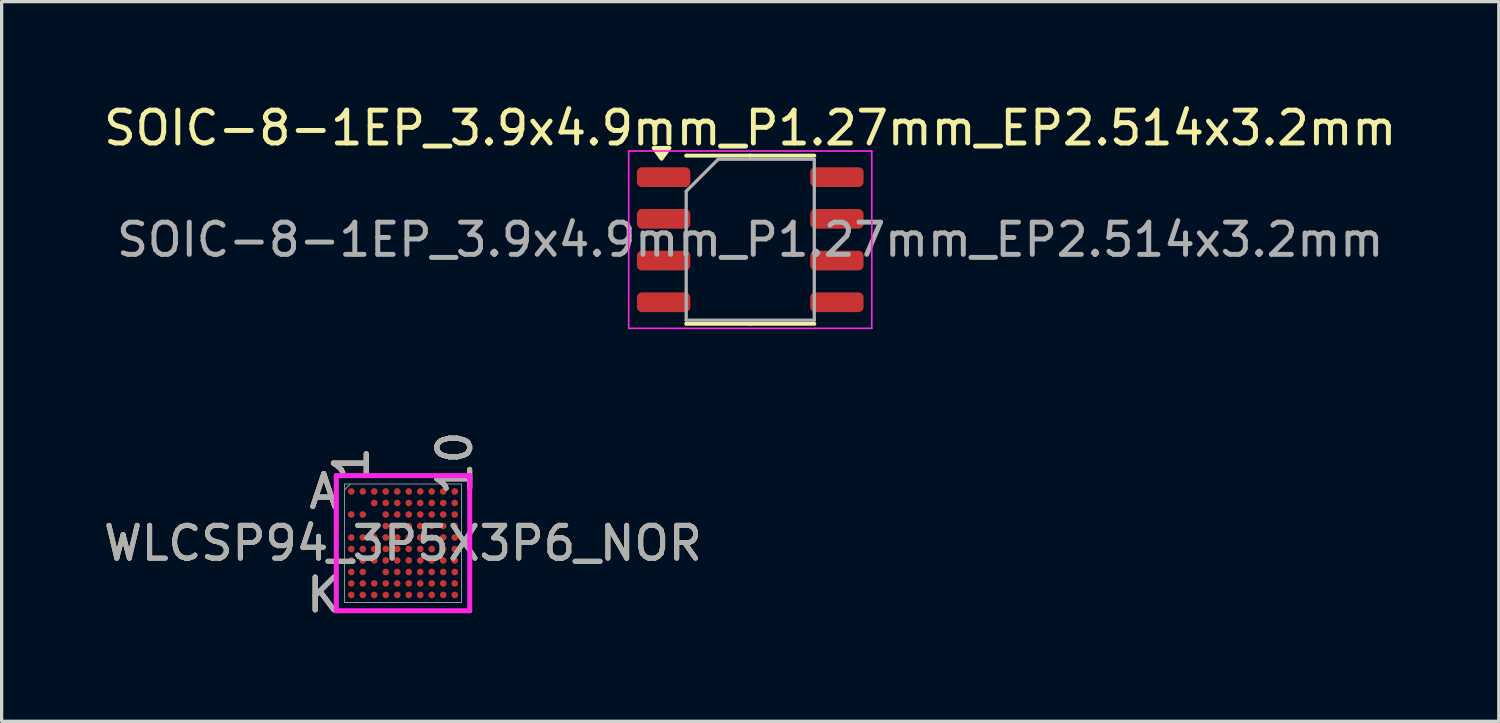
<source format=kicad_pcb>
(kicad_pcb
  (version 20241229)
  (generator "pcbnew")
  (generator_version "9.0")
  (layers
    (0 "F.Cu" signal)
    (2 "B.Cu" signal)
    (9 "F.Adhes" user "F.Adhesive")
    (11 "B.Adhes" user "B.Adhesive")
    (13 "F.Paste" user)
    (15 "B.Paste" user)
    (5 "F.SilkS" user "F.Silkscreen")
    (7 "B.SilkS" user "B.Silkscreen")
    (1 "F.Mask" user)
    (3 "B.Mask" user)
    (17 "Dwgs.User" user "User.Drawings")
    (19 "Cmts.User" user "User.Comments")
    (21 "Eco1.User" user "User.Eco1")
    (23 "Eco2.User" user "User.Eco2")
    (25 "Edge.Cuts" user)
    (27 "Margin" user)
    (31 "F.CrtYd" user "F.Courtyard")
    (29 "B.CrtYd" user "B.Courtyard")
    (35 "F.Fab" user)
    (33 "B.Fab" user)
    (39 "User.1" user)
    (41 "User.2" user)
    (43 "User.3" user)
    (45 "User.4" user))
  (footprint "SOIC-8-1EP_3.9x4.9mm_P1.27mm_EP2.514x3.2mm"
    (layer "F.Cu")
    (at 19.792 4.248)
    (property "Reference" "SOIC-8-1EP_3.9x4.9mm_P1.27mm_EP2.514x3.2mm" (at 0 -3.4 0) (layer "F.SilkS") (effects (font (size 1 1) (thickness 0.15))))
    (attr smd)
    (fp_line (start 0 -2.56) (end -1.95 -2.56) (stroke (width 0.12) (type solid)) (layer "F.SilkS"))
    (fp_line (start 0 -2.56) (end 1.95 -2.56) (stroke (width 0.12) (type solid)) (layer "F.SilkS"))
    (fp_line (start 0 2.56) (end -1.95 2.56) (stroke (width 0.12) (type solid)) (layer "F.SilkS"))
    (fp_line (start 0 2.56) (end 1.95 2.56) (stroke (width 0.12) (type solid)) (layer "F.SilkS"))
    (fp_poly (pts (xy -2.7 -2.465) (xy -2.94 -2.795) (xy -2.46 -2.795) (xy -2.7 -2.465)) (stroke (width 0.12) (type solid)) (fill yes) (layer "F.SilkS"))
    (fp_line (start -3.7 -2.7) (end -3.7 2.7) (stroke (width 0.05) (type solid)) (layer "F.CrtYd"))
    (fp_line (start -3.7 2.7) (end 3.7 2.7) (stroke (width 0.05) (type solid)) (layer "F.CrtYd"))
    (fp_line (start 3.7 -2.7) (end -3.7 -2.7) (stroke (width 0.05) (type solid)) (layer "F.CrtYd"))
    (fp_line (start 3.7 2.7) (end 3.7 -2.7) (stroke (width 0.05) (type solid)) (layer "F.CrtYd"))
    (fp_line (start -1.95 -1.475) (end -0.975 -2.45) (stroke (width 0.1) (type solid)) (layer "F.Fab"))
    (fp_line (start -1.95 2.45) (end -1.95 -1.475) (stroke (width 0.1) (type solid)) (layer "F.Fab"))
    (fp_line (start -0.975 -2.45) (end 1.95 -2.45) (stroke (width 0.1) (type solid)) (layer "F.Fab"))
    (fp_line (start 1.95 -2.45) (end 1.95 2.45) (stroke (width 0.1) (type solid)) (layer "F.Fab"))
    (fp_line (start 1.95 2.45) (end -1.95 2.45) (stroke (width 0.1) (type solid)) (layer "F.Fab"))
    (fp_text user "${REFERENCE}" (at 0 0 0) (layer "F.Fab") (effects (font (size 0.98 0.98) (thickness 0.15))))
    (pad "1" smd roundrect (at -2.638 -1.905) (size 1.625 0.6) (layers "F.Cu" "F.Mask" "F.Paste") (roundrect_rratio 0.25))
    (pad "2" smd roundrect (at -2.638 -0.635) (size 1.625 0.6) (layers "F.Cu" "F.Mask" "F.Paste") (roundrect_rratio 0.25))
    (pad "3" smd roundrect (at -2.638 0.635) (size 1.625 0.6) (layers "F.Cu" "F.Mask" "F.Paste") (roundrect_rratio 0.25))
    (pad "4" smd roundrect (at -2.638 1.905) (size 1.625 0.6) (layers "F.Cu" "F.Mask" "F.Paste") (roundrect_rratio 0.25))
    (pad "5" smd roundrect (at 2.638 1.905) (size 1.625 0.6) (layers "F.Cu" "F.Mask" "F.Paste") (roundrect_rratio 0.25))
    (pad "6" smd roundrect (at 2.638 0.635) (size 1.625 0.6) (layers "F.Cu" "F.Mask" "F.Paste") (roundrect_rratio 0.25))
    (pad "7" smd roundrect (at 2.638 -0.635) (size 1.625 0.6) (layers "F.Cu" "F.Mask" "F.Paste") (roundrect_rratio 0.25))
    (pad "8" smd roundrect (at 2.638 -1.905) (size 1.625 0.6) (layers "F.Cu" "F.Mask" "F.Paste") (roundrect_rratio 0.25)))
  (footprint "WLCSP94_3P5X3P6_NOR"
    (layer "F.Cu")
    (at 9.22 13.489)
    (property "Reference" "WLCSP94_3P5X3P6_NOR" (at 0 0 0) (unlocked yes) (layer "F.SilkS") (effects (font (size 1 1) (thickness 0.15))))
    (attr smd)
    (fp_poly (pts (xy -2.195 -2.195) (xy 2.195 -2.195) (xy 2.195 2.195) (xy -2.195 2.195)) (stroke (width 0.1) (type solid)) (fill no) (layer "Eco2.User"))
    (fp_line (start -2.032 -2.057) (end 2.032 -2.057) (stroke (width 0.152) (type solid)) (layer "F.CrtYd"))
    (fp_line (start -2.032 2.057) (end -2.032 -2.057) (stroke (width 0.152) (type solid)) (layer "F.CrtYd"))
    (fp_line (start 2.032 -2.057) (end 2.032 2.057) (stroke (width 0.152) (type solid)) (layer "F.CrtYd"))
    (fp_line (start 2.032 2.057) (end -2.032 2.057) (stroke (width 0.152) (type solid)) (layer "F.CrtYd"))
    (fp_line (start -1.778 -1.803) (end -1.778 1.803) (stroke (width 0.025) (type solid)) (layer "F.Fab"))
    (fp_line (start -1.778 1.803) (end 1.778 1.803) (stroke (width 0.025) (type solid)) (layer "F.Fab"))
    (fp_line (start -1.603 -1.803) (end -1.778 -1.628) (stroke (width 0.025) (type solid)) (layer "F.Fab"))
    (fp_line (start 1.778 -1.803) (end -1.778 -1.803) (stroke (width 0.025) (type solid)) (layer "F.Fab"))
    (fp_line (start 1.778 1.803) (end 1.778 -1.803) (stroke (width 0.025) (type solid)) (layer "F.Fab"))
    (fp_text user "A" (at -2.413 -1.575 0) (unlocked yes) (layer "F.SilkS") (effects (font (size 1 1) (thickness 0.15))))
    (fp_text user "1" (at -1.575 -2.438 90) (unlocked yes) (layer "F.SilkS") (effects (font (size 1 1) (thickness 0.15))))
    (fp_text user "10" (at 1.575 -2.438 90) (unlocked yes) (layer "F.SilkS") (effects (font (size 1 1) (thickness 0.15))))
    (fp_text user "K" (at -2.413 1.575 0) (unlocked yes) (layer "F.SilkS") (effects (font (size 1 1) (thickness 0.15))))
    (fp_text user "A" (at -2.413 -1.575 0) (unlocked yes) (layer "B.SilkS") (effects (font (size 1 1) (thickness 0.15))))
    (fp_text user "K" (at -2.413 1.575 0) (unlocked yes) (layer "B.SilkS") (effects (font (size 1 1) (thickness 0.15))))
    (fp_text user "10" (at 1.575 -2.438 90) (unlocked yes) (layer "B.SilkS") (effects (font (size 1 1) (thickness 0.15))))
    (fp_text user "1" (at -1.575 -2.438 90) (unlocked yes) (layer "B.SilkS") (effects (font (size 1 1) (thickness 0.15))))
    (fp_text user "${REFERENCE}" (at 0 0 0) (unlocked yes) (layer "F.Fab") (effects (font (size 1 1) (thickness 0.15))))
    (fp_text user "K" (at -2.413 1.575 0) (unlocked yes) (layer "F.Fab") (effects (font (size 1 1) (thickness 0.15))))
    (fp_text user "10" (at 1.575 -2.438 90) (unlocked yes) (layer "F.Fab") (effects (font (size 1 1) (thickness 0.15))))
    (fp_text user "A" (at -2.413 -1.575 0) (unlocked yes) (layer "F.Fab") (effects (font (size 1 1) (thickness 0.15))))
    (fp_text user "1" (at -1.575 -2.438 90) (unlocked yes) (layer "F.Fab") (effects (font (size 1 1) (thickness 0.15))))
    (pad "A1" smd circle (at -1.575 -1.575) (size 0.203 0.203) (layers "F.Cu" "F.Mask" "F.Paste"))
    (pad "A2" smd circle (at -1.225 -1.575) (size 0.203 0.203) (layers "F.Cu" "F.Mask" "F.Paste"))
    (pad "A3" smd circle (at -0.875 -1.575) (size 0.203 0.203) (layers "F.Cu" "F.Mask" "F.Paste"))
    (pad "A4" smd circle (at -0.525 -1.575) (size 0.203 0.203) (layers "F.Cu" "F.Mask" "F.Paste"))
    (pad "A5" smd circle (at -0.175 -1.575) (size 0.203 0.203) (layers "F.Cu" "F.Mask" "F.Paste"))
    (pad "A6" smd circle (at 0.175 -1.575) (size 0.203 0.203) (layers "F.Cu" "F.Mask" "F.Paste"))
    (pad "A7" smd circle (at 0.525 -1.575) (size 0.203 0.203) (layers "F.Cu" "F.Mask" "F.Paste"))
    (pad "A8" smd circle (at 0.875 -1.575) (size 0.203 0.203) (layers "F.Cu" "F.Mask" "F.Paste"))
    (pad "A9" smd circle (at 1.225 -1.575) (size 0.203 0.203) (layers "F.Cu" "F.Mask" "F.Paste"))
    (pad "A10" smd circle (at 1.575 -1.575) (size 0.203 0.203) (layers "F.Cu" "F.Mask" "F.Paste"))
    (pad "B3" smd circle (at -0.875 -1.225) (size 0.203 0.203) (layers "F.Cu" "F.Mask" "F.Paste"))
    (pad "B4" smd circle (at -0.525 -1.225) (size 0.203 0.203) (layers "F.Cu" "F.Mask" "F.Paste"))
    (pad "B5" smd circle (at -0.175 -1.225) (size 0.203 0.203) (layers "F.Cu" "F.Mask" "F.Paste"))
    (pad "B6" smd circle (at 0.175 -1.225) (size 0.203 0.203) (layers "F.Cu" "F.Mask" "F.Paste"))
    (pad "B7" smd circle (at 0.525 -1.225) (size 0.203 0.203) (layers "F.Cu" "F.Mask" "F.Paste"))
    (pad "B8" smd circle (at 0.875 -1.225) (size 0.203 0.203) (layers "F.Cu" "F.Mask" "F.Paste"))
    (pad "B9" smd circle (at 1.225 -1.225) (size 0.203 0.203) (layers "F.Cu" "F.Mask" "F.Paste"))
    (pad "B10" smd circle (at 1.575 -1.225) (size 0.203 0.203) (layers "F.Cu" "F.Mask" "F.Paste"))
    (pad "C1" smd circle (at -1.575 -0.875) (size 0.203 0.203) (layers "F.Cu" "F.Mask" "F.Paste"))
    (pad "C2" smd circle (at -1.225 -0.875) (size 0.203 0.203) (layers "F.Cu" "F.Mask" "F.Paste"))
    (pad "C4" smd circle (at -0.525 -0.875) (size 0.203 0.203) (layers "F.Cu" "F.Mask" "F.Paste"))
    (pad "C5" smd circle (at -0.175 -0.875) (size 0.203 0.203) (layers "F.Cu" "F.Mask" "F.Paste"))
    (pad "C6" smd circle (at 0.175 -0.875) (size 0.203 0.203) (layers "F.Cu" "F.Mask" "F.Paste"))
    (pad "C7" smd circle (at 0.525 -0.875) (size 0.203 0.203) (layers "F.Cu" "F.Mask" "F.Paste"))
    (pad "C8" smd circle (at 0.875 -0.875) (size 0.203 0.203) (layers "F.Cu" "F.Mask" "F.Paste"))
    (pad "C9" smd circle (at 1.225 -0.875) (size 0.203 0.203) (layers "F.Cu" "F.Mask" "F.Paste"))
    (pad "C10" smd circle (at 1.575 -0.875) (size 0.203 0.203) (layers "F.Cu" "F.Mask" "F.Paste"))
    (pad "D3" smd circle (at -0.875 -0.525) (size 0.203 0.203) (layers "F.Cu" "F.Mask" "F.Paste"))
    (pad "D4" smd circle (at -0.525 -0.525) (size 0.203 0.203) (layers "F.Cu" "F.Mask" "F.Paste"))
    (pad "D5" smd circle (at -0.175 -0.525) (size 0.203 0.203) (layers "F.Cu" "F.Mask" "F.Paste"))
    (pad "D6" smd circle (at 0.175 -0.525) (size 0.203 0.203) (layers "F.Cu" "F.Mask" "F.Paste"))
    (pad "D7" smd circle (at 0.525 -0.525) (size 0.203 0.203) (layers "F.Cu" "F.Mask" "F.Paste"))
    (pad "D8" smd circle (at 0.875 -0.525) (size 0.203 0.203) (layers "F.Cu" "F.Mask" "F.Paste"))
    (pad "D9" smd circle (at 1.225 -0.525) (size 0.203 0.203) (layers "F.Cu" "F.Mask" "F.Paste"))
    (pad "D10" smd circle (at 1.575 -0.525) (size 0.203 0.203) (layers "F.Cu" "F.Mask" "F.Paste"))
    (pad "E1" smd circle (at -1.575 -0.175) (size 0.203 0.203) (layers "F.Cu" "F.Mask" "F.Paste"))
    (pad "E2" smd circle (at -1.225 -0.175) (size 0.203 0.203) (layers "F.Cu" "F.Mask" "F.Paste"))
    (pad "E3" smd circle (at -0.875 -0.175) (size 0.203 0.203) (layers "F.Cu" "F.Mask" "F.Paste"))
    (pad "E4" smd circle (at -0.525 -0.175) (size 0.203 0.203) (layers "F.Cu" "F.Mask" "F.Paste"))
    (pad "E5" smd circle (at -0.175 -0.175) (size 0.203 0.203) (layers "F.Cu" "F.Mask" "F.Paste"))
    (pad "E6" smd circle (at 0.175 -0.175) (size 0.203 0.203) (layers "F.Cu" "F.Mask" "F.Paste"))
    (pad "E7" smd circle (at 0.525 -0.175) (size 0.203 0.203) (layers "F.Cu" "F.Mask" "F.Paste"))
    (pad "E8" smd circle (at 0.875 -0.175) (size 0.203 0.203) (layers "F.Cu" "F.Mask" "F.Paste"))
    (pad "E9" smd circle (at 1.225 -0.175) (size 0.203 0.203) (layers "F.Cu" "F.Mask" "F.Paste"))
    (pad "E10" smd circle (at 1.575 -0.175) (size 0.203 0.203) (layers "F.Cu" "F.Mask" "F.Paste"))
    (pad "F1" smd circle (at -1.575 0.175) (size 0.203 0.203) (layers "F.Cu" "F.Mask" "F.Paste"))
    (pad "F2" smd circle (at -1.225 0.175) (size 0.203 0.203) (layers "F.Cu" "F.Mask" "F.Paste"))
    (pad "F3" smd circle (at -0.875 0.175) (size 0.203 0.203) (layers "F.Cu" "F.Mask" "F.Paste"))
    (pad "F4" smd circle (at -0.525 0.175) (size 0.203 0.203) (layers "F.Cu" "F.Mask" "F.Paste"))
    (pad "F5" smd circle (at -0.175 0.175) (size 0.203 0.203) (layers "F.Cu" "F.Mask" "F.Paste"))
    (pad "F6" smd circle (at 0.175 0.175) (size 0.203 0.203) (layers "F.Cu" "F.Mask" "F.Paste"))
    (pad "F7" smd circle (at 0.525 0.175) (size 0.203 0.203) (layers "F.Cu" "F.Mask" "F.Paste"))
    (pad "F8" smd circle (at 0.875 0.175) (size 0.203 0.203) (layers "F.Cu" "F.Mask" "F.Paste"))
    (pad "F9" smd circle (at 1.225 0.175) (size 0.203 0.203) (layers "F.Cu" "F.Mask" "F.Paste"))
    (pad "F10" smd circle (at 1.575 0.175) (size 0.203 0.203) (layers "F.Cu" "F.Mask" "F.Paste"))
    (pad "G1" smd circle (at -1.575 0.525) (size 0.203 0.203) (layers "F.Cu" "F.Mask" "F.Paste"))
    (pad "G2" smd circle (at -1.225 0.525) (size 0.203 0.203) (layers "F.Cu" "F.Mask" "F.Paste"))
    (pad "G3" smd circle (at -0.875 0.525) (size 0.203 0.203) (layers "F.Cu" "F.Mask" "F.Paste"))
    (pad "G4" smd circle (at -0.525 0.525) (size 0.203 0.203) (layers "F.Cu" "F.Mask" "F.Paste"))
    (pad "G5" smd circle (at -0.175 0.525) (size 0.203 0.203) (layers "F.Cu" "F.Mask" "F.Paste"))
    (pad "G6" smd circle (at 0.175 0.525) (size 0.203 0.203) (layers "F.Cu" "F.Mask" "F.Paste"))
    (pad "G7" smd circle (at 0.525 0.525) (size 0.203 0.203) (layers "F.Cu" "F.Mask" "F.Paste"))
    (pad "G8" smd circle (at 0.875 0.525) (size 0.203 0.203) (layers "F.Cu" "F.Mask" "F.Paste"))
    (pad "G9" smd circle (at 1.225 0.525) (size 0.203 0.203) (layers "F.Cu" "F.Mask" "F.Paste"))
    (pad "G10" smd circle (at 1.575 0.525) (size 0.203 0.203) (layers "F.Cu" "F.Mask" "F.Paste"))
    (pad "H1" smd circle (at -1.575 0.875) (size 0.203 0.203) (layers "F.Cu" "F.Mask" "F.Paste"))
    (pad "H2" smd circle (at -1.225 0.875) (size 0.203 0.203) (layers "F.Cu" "F.Mask" "F.Paste"))
    (pad "H4" smd circle (at -0.525 0.875) (size 0.203 0.203) (layers "F.Cu" "F.Mask" "F.Paste"))
    (pad "H5" smd circle (at -0.175 0.875) (size 0.203 0.203) (layers "F.Cu" "F.Mask" "F.Paste"))
    (pad "H6" smd circle (at 0.175 0.875) (size 0.203 0.203) (layers "F.Cu" "F.Mask" "F.Paste"))
    (pad "H7" smd circle (at 0.525 0.875) (size 0.203 0.203) (layers "F.Cu" "F.Mask" "F.Paste"))
    (pad "H8" smd circle (at 0.875 0.875) (size 0.203 0.203) (layers "F.Cu" "F.Mask" "F.Paste"))
    (pad "H9" smd circle (at 1.225 0.875) (size 0.203 0.203) (layers "F.Cu" "F.Mask" "F.Paste"))
    (pad "H10" smd circle (at 1.575 0.875) (size 0.203 0.203) (layers "F.Cu" "F.Mask" "F.Paste"))
    (pad "J1" smd circle (at -1.575 1.225) (size 0.203 0.203) (layers "F.Cu" "F.Mask" "F.Paste"))
    (pad "J2" smd circle (at -1.225 1.225) (size 0.203 0.203) (layers "F.Cu" "F.Mask" "F.Paste"))
    (pad "J3" smd circle (at -0.875 1.225) (size 0.203 0.203) (layers "F.Cu" "F.Mask" "F.Paste"))
    (pad "J4" smd circle (at -0.525 1.225) (size 0.203 0.203) (layers "F.Cu" "F.Mask" "F.Paste"))
    (pad "J5" smd circle (at -0.175 1.225) (size 0.203 0.203) (layers "F.Cu" "F.Mask" "F.Paste"))
    (pad "J6" smd circle (at 0.175 1.225) (size 0.203 0.203) (layers "F.Cu" "F.Mask" "F.Paste"))
    (pad "J7" smd circle (at 0.525 1.225) (size 0.203 0.203) (layers "F.Cu" "F.Mask" "F.Paste"))
    (pad "J8" smd circle (at 0.875 1.225) (size 0.203 0.203) (layers "F.Cu" "F.Mask" "F.Paste"))
    (pad "J9" smd circle (at 1.225 1.225) (size 0.203 0.203) (layers "F.Cu" "F.Mask" "F.Paste"))
    (pad "J10" smd circle (at 1.575 1.225) (size 0.203 0.203) (layers "F.Cu" "F.Mask" "F.Paste"))
    (pad "K1" smd circle (at -1.575 1.575) (size 0.203 0.203) (layers "F.Cu" "F.Mask" "F.Paste"))
    (pad "K2" smd circle (at -1.225 1.575) (size 0.203 0.203) (layers "F.Cu" "F.Mask" "F.Paste"))
    (pad "K3" smd circle (at -0.875 1.575) (size 0.203 0.203) (layers "F.Cu" "F.Mask" "F.Paste"))
    (pad "K4" smd circle (at -0.525 1.575) (size 0.203 0.203) (layers "F.Cu" "F.Mask" "F.Paste"))
    (pad "K5" smd circle (at -0.175 1.575) (size 0.203 0.203) (layers "F.Cu" "F.Mask" "F.Paste"))
    (pad "K6" smd circle (at 0.175 1.575) (size 0.203 0.203) (layers "F.Cu" "F.Mask" "F.Paste"))
    (pad "K7" smd circle (at 0.525 1.575) (size 0.203 0.203) (layers "F.Cu" "F.Mask" "F.Paste"))
    (pad "K8" smd circle (at 0.875 1.575) (size 0.203 0.203) (layers "F.Cu" "F.Mask" "F.Paste"))
    (pad "K9" smd circle (at 1.225 1.575) (size 0.203 0.203) (layers "F.Cu" "F.Mask" "F.Paste"))
    (pad "K10" smd circle (at 1.575 1.575) (size 0.203 0.203) (layers "F.Cu" "F.Mask" "F.Paste")))
  (gr_rect
    (start -3 -3)
    (end 42.583 18.912)
    (stroke (width 0.1) (type default))
    (fill no)
    (layer "Edge.Cuts")))
</source>
